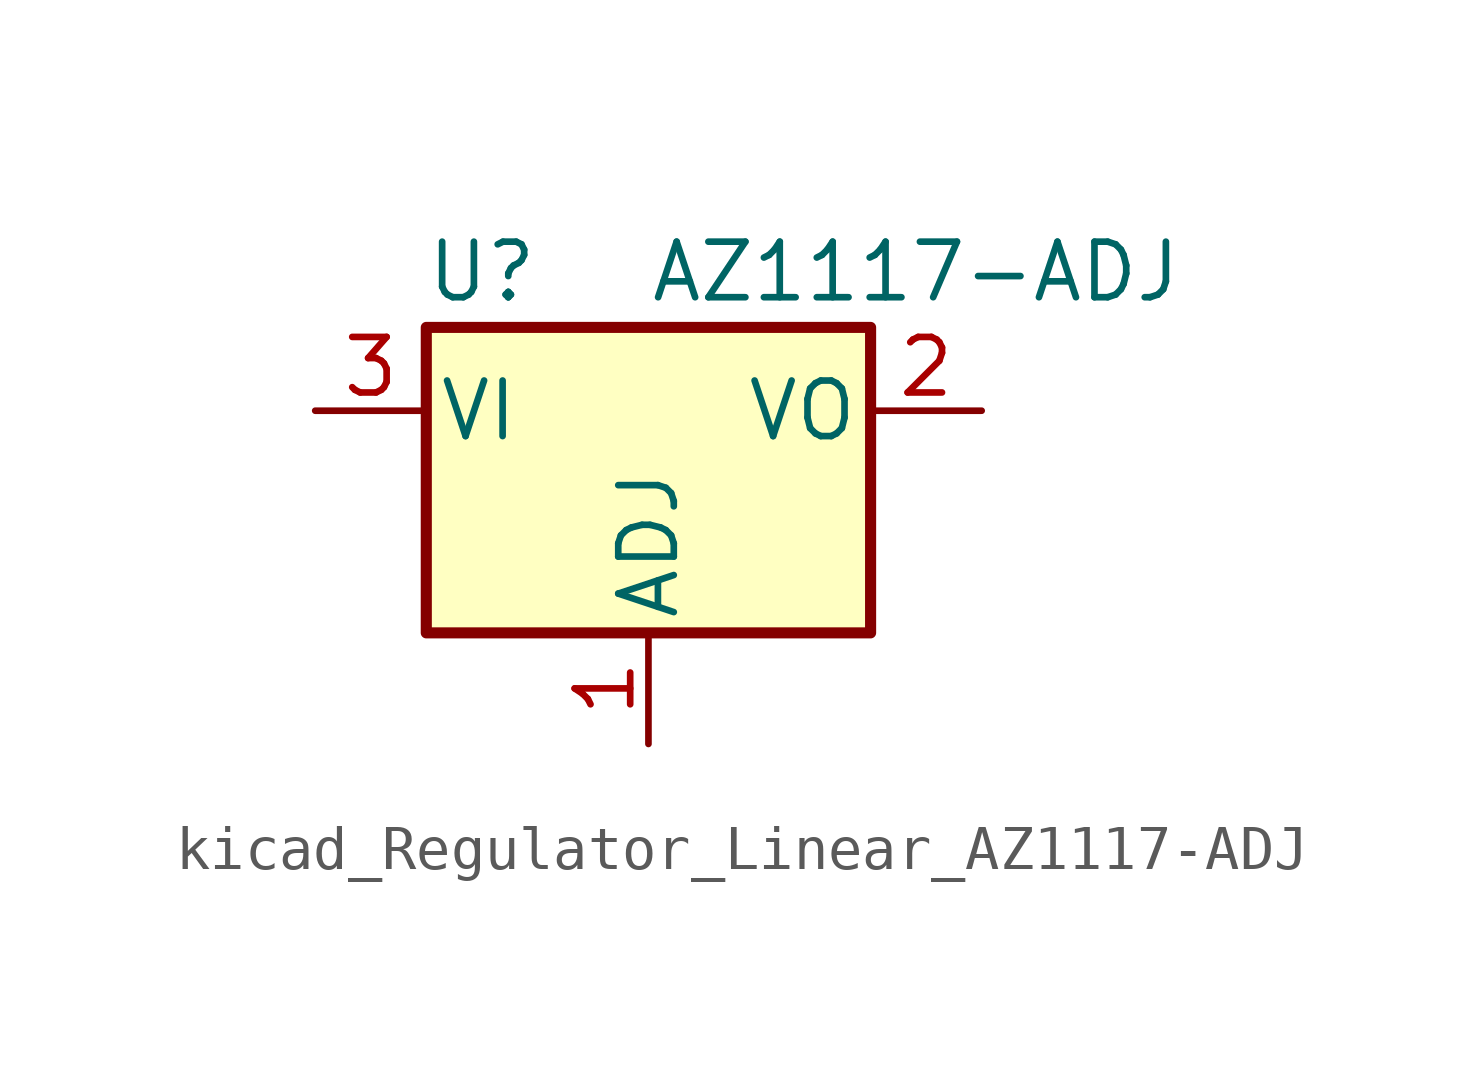
<source format=kicad_sym>
(kicad_symbol_lib
  (version 20220914)
  (generator kicad_symbol_editor)
  (symbol "kicad_Regulator_Linear_AZ1117-ADJ"
    (pin_names
      (offset 0.254))
    (property "Reference" "U"
      (at -3.81 3.175 0)
      (effects (font (size 1.27 1.27))))
    (property "Value" "AZ1117-ADJ"
      (at 0 3.175 0)
      (effects (font (size 1.27 1.27)) (justify left)))
    (symbol "kicad_Regulator_Linear_AZ1117-ADJ_0_1"
      (rectangle (start -5.08 1.905) (end 5.08 -5.08) (stroke (width 0.254) (type default)) (fill (type background))))
    (symbol "kicad_Regulator_Linear_AZ1117-ADJ_1_1"
      (pin input line (at 0 -7.62 90) (length 2.54) (name "ADJ" (effects (font (size 1.27 1.27)))) (number "1" (effects (font (size 1.27 1.27)))))
      (pin power_out line (at 7.62 0 180) (length 2.54) (name "VO" (effects (font (size 1.27 1.27)))) (number "2" (effects (font (size 1.27 1.27)))))
      (pin power_in line (at -7.62 0 0) (length 2.54) (name "VI" (effects (font (size 1.27 1.27)))) (number "3" (effects (font (size 1.27 1.27))))))))
</source>
